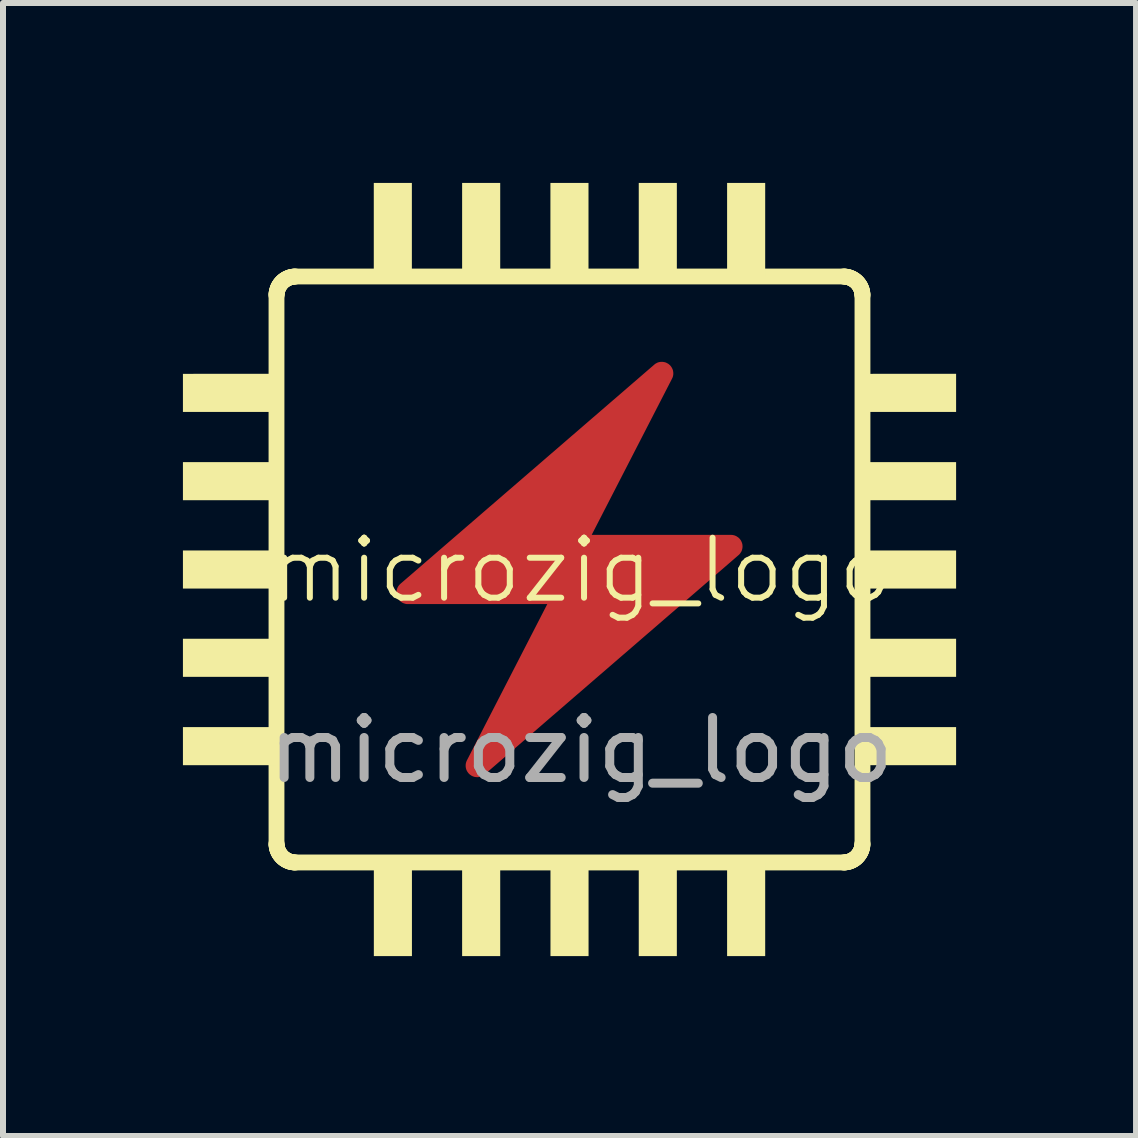
<source format=kicad_pcb>
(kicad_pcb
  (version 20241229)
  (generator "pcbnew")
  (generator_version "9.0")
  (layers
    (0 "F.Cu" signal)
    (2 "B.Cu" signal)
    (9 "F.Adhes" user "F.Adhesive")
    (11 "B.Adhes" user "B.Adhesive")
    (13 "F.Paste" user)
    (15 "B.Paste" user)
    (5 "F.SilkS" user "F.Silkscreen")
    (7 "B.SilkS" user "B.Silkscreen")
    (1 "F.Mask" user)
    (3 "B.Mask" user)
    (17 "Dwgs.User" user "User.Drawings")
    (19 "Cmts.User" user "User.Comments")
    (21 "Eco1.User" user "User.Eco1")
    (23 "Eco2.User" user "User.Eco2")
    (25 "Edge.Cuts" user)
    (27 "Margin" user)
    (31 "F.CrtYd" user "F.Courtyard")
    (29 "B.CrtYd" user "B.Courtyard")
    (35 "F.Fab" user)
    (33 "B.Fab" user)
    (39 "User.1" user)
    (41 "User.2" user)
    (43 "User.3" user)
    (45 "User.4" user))
  (footprint "microzig_logo"
    (layer "F.Cu")
    (at 6.64 6.958)
    (property "Reference" "microzig_logo" (at 0 -0.5 0) (unlocked yes) (layer "F.SilkS") (effects (font (size 1 1) (thickness 0.1))))
    (attr smd)
    (fp_poly (pts (xy 1.356 -3.975) (xy 1.372 -3.973) (xy 1.388 -3.97) (xy 1.396 -3.968) (xy 1.404 -3.966) (xy 1.412 -3.963) (xy 1.419 -3.96) (xy 1.427 -3.956) (xy 1.434 -3.952) (xy 1.442 -3.948) (xy 1.449 -3.944) (xy 1.456 -3.939) (xy 1.463 -3.934) (xy 1.469 -3.928) (xy 1.476 -3.923) (xy 1.482 -3.917) (xy 1.487 -3.911) (xy 1.498 -3.898) (xy 1.507 -3.884) (xy 1.515 -3.87) (xy 1.522 -3.855) (xy 1.528 -3.839) (xy 1.532 -3.824) (xy 1.534 -3.808) (xy 1.536 -3.791) (xy 1.536 -3.775) (xy 1.535 -3.759) (xy 1.532 -3.742) (xy 1.528 -3.726) (xy 1.525 -3.718) (xy 1.522 -3.71) (xy 1.518 -3.702) (xy 1.515 -3.695) (xy 0.175 -1.09) (xy 2.498 -1.09) (xy 2.505 -1.09) (xy 2.513 -1.089) (xy 2.52 -1.089) (xy 2.527 -1.088) (xy 2.535 -1.086) (xy 2.542 -1.085) (xy 2.549 -1.083) (xy 2.556 -1.081) (xy 2.563 -1.079) (xy 2.569 -1.076) (xy 2.576 -1.073) (xy 2.583 -1.07) (xy 2.589 -1.067) (xy 2.595 -1.063) (xy 2.601 -1.059) (xy 2.607 -1.055) (xy 2.613 -1.051) (xy 2.619 -1.047) (xy 2.625 -1.042) (xy 2.63 -1.037) (xy 2.635 -1.032) (xy 2.64 -1.027) (xy 2.645 -1.022) (xy 2.649 -1.016) (xy 2.654 -1.01) (xy 2.658 -1.004) (xy 2.662 -0.998) (xy 2.666 -0.992) (xy 2.669 -0.985) (xy 2.672 -0.978) (xy 2.675 -0.972) (xy 2.678 -0.965) (xy 2.678 -0.965) (xy 2.68 -0.958) (xy 2.683 -0.95) (xy 2.685 -0.943) (xy 2.686 -0.936) (xy 2.688 -0.929) (xy 2.689 -0.921) (xy 2.689 -0.914) (xy 2.69 -0.907) (xy 2.69 -0.892) (xy 2.689 -0.878) (xy 2.687 -0.864) (xy 2.684 -0.85) (xy 2.68 -0.836) (xy 2.675 -0.822) (xy 2.669 -0.809) (xy 2.661 -0.797) (xy 2.657 -0.791) (xy 2.653 -0.785) (xy 2.649 -0.779) (xy 2.644 -0.773) (xy 2.639 -0.767) (xy 2.634 -0.762) (xy 2.629 -0.757) (xy 2.623 -0.752) (xy -1.608 2.903) (xy -1.615 2.908) (xy -1.622 2.914) (xy -1.629 2.918) (xy -1.636 2.923) (xy -1.643 2.927) (xy -1.651 2.931) (xy -1.658 2.934) (xy -1.666 2.937) (xy -1.674 2.94) (xy -1.681 2.943) (xy -1.697 2.946) (xy -1.713 2.949) (xy -1.73 2.95) (xy -1.746 2.949) (xy -1.762 2.948) (xy -1.778 2.945) (xy -1.786 2.943) (xy -1.794 2.94) (xy -1.802 2.937) (xy -1.81 2.934) (xy -1.817 2.931) (xy -1.825 2.927) (xy -1.832 2.923) (xy -1.839 2.918) (xy -1.846 2.913) (xy -1.853 2.908) (xy -1.86 2.903) (xy -1.866 2.897) (xy -1.872 2.891) (xy -1.878 2.885) (xy -1.883 2.879) (xy -1.888 2.872) (xy -1.898 2.858) (xy -1.906 2.844) (xy -1.913 2.829) (xy -1.918 2.814) (xy -1.922 2.798) (xy -1.925 2.782) (xy -1.926 2.766) (xy -1.926 2.749) (xy -1.925 2.733) (xy -1.922 2.717) (xy -1.92 2.709) (xy -1.918 2.701) (xy -1.915 2.693) (xy -1.912 2.685) (xy -1.909 2.677) (xy -1.905 2.669) (xy -0.565 0.064) (xy -2.888 0.064) (xy -2.896 0.064) (xy -2.903 0.064) (xy -2.91 0.063) (xy -2.918 0.062) (xy -2.925 0.061) (xy -2.932 0.059) (xy -2.939 0.057) (xy -2.946 0.055) (xy -2.953 0.053) (xy -2.96 0.05) (xy -2.967 0.048) (xy -2.973 0.045) (xy -2.98 0.041) (xy -2.986 0.038) (xy -2.992 0.034) (xy -2.998 0.03) (xy -3.004 0.026) (xy -3.009 0.021) (xy -3.015 0.017) (xy -3.02 0.012) (xy -3.025 0.007) (xy -3.03 0.001) (xy -3.035 -0.004) (xy -3.04 -0.01) (xy -3.044 -0.015) (xy -3.048 -0.021) (xy -3.052 -0.028) (xy -3.056 -0.034) (xy -3.059 -0.04) (xy -3.063 -0.047) (xy -3.066 -0.054) (xy -3.068 -0.061) (xy -3.071 -0.068) (xy -3.073 -0.075) (xy -3.075 -0.082) (xy -3.077 -0.09) (xy -3.078 -0.097) (xy -3.079 -0.104) (xy -3.08 -0.111) (xy -3.08 -0.119) (xy -3.08 -0.133) (xy -3.08 -0.148) (xy -3.078 -0.162) (xy -3.074 -0.176) (xy -3.07 -0.19) (xy -3.065 -0.203) (xy -3.059 -0.216) (xy -3.052 -0.229) (xy -3.048 -0.235) (xy -3.044 -0.241) (xy -3.039 -0.247) (xy -3.035 -0.253) (xy -3.03 -0.258) (xy -3.025 -0.263) (xy -3.019 -0.269) (xy -3.014 -0.274) (xy 1.218 -3.928) (xy 1.225 -3.934) (xy 1.231 -3.939) (xy 1.238 -3.944) (xy 1.246 -3.948) (xy 1.253 -3.952) (xy 1.26 -3.956) (xy 1.268 -3.96) (xy 1.275 -3.963) (xy 1.283 -3.966) (xy 1.291 -3.968) (xy 1.307 -3.972) (xy 1.323 -3.974) (xy 1.339 -3.975)) (stroke (width 0) (type solid)) (fill yes) (layer "F.Cu"))
    (fp_poly (pts (xy 1.357 -4.035) (xy 1.373 -4.033) (xy 1.389 -4.031) (xy 1.405 -4.027) (xy 1.42 -4.023) (xy 1.435 -4.017) (xy 1.45 -4.011) (xy 1.464 -4.003) (xy 1.477 -3.995) (xy 1.49 -3.986) (xy 1.502 -3.977) (xy 1.514 -3.966) (xy 1.525 -3.955) (xy 1.535 -3.944) (xy 1.545 -3.932) (xy 1.554 -3.919) (xy 1.562 -3.906) (xy 1.569 -3.892) (xy 1.576 -3.878) (xy 1.582 -3.864) (xy 1.587 -3.849) (xy 1.591 -3.834) (xy 1.594 -3.819) (xy 1.596 -3.803) (xy 1.597 -3.787) (xy 1.597 -3.771) (xy 1.596 -3.755) (xy 1.593 -3.739) (xy 1.59 -3.723) (xy 1.586 -3.707) (xy 1.58 -3.691) (xy 0.276 -1.151) (xy 2.062 -1.151) (xy 2.127 -1.149) (xy 2.192 -1.149) (xy 2.322 -1.152) (xy 2.387 -1.153) (xy 2.419 -1.152) (xy 2.452 -1.151) (xy 2.484 -1.148) (xy 2.516 -1.145) (xy 2.548 -1.141) (xy 2.58 -1.135) (xy 2.595 -1.13) (xy 2.61 -1.123) (xy 2.624 -1.116) (xy 2.638 -1.108) (xy 2.65 -1.098) (xy 2.662 -1.088) (xy 2.674 -1.077) (xy 2.684 -1.066) (xy 2.694 -1.054) (xy 2.703 -1.041) (xy 2.711 -1.028) (xy 2.719 -1.014) (xy 2.726 -1) (xy 2.732 -0.985) (xy 2.737 -0.971) (xy 2.741 -0.955) (xy 2.744 -0.94) (xy 2.747 -0.925) (xy 2.748 -0.909) (xy 2.749 -0.893) (xy 2.749 -0.878) (xy 2.748 -0.862) (xy 2.745 -0.847) (xy 2.742 -0.831) (xy 2.738 -0.816) (xy 2.733 -0.802) (xy 2.727 -0.787) (xy 2.72 -0.773) (xy 2.712 -0.759) (xy 2.703 -0.746) (xy 2.693 -0.734) (xy 2.682 -0.722) (xy -1.362 2.773) (xy -1.384 2.79) (xy -1.406 2.809) (xy -1.428 2.829) (xy -1.45 2.849) (xy -1.494 2.89) (xy -1.516 2.91) (xy -1.539 2.929) (xy -1.562 2.947) (xy -1.585 2.964) (xy -1.61 2.978) (xy -1.623 2.985) (xy -1.635 2.991) (xy -1.648 2.997) (xy -1.662 3.002) (xy -1.675 3.006) (xy -1.689 3.009) (xy -1.704 3.012) (xy -1.718 3.013) (xy -1.733 3.014) (xy -1.748 3.014) (xy -1.765 3.014) (xy -1.781 3.012) (xy -1.796 3.009) (xy -1.811 3.005) (xy -1.826 3) (xy -1.84 2.994) (xy -1.854 2.987) (xy -1.868 2.979) (xy -1.881 2.971) (xy -1.893 2.961) (xy -1.905 2.951) (xy -1.916 2.941) (xy -1.926 2.929) (xy -1.936 2.917) (xy -1.945 2.905) (xy -1.954 2.892) (xy -1.962 2.878) (xy -1.968 2.864) (xy -1.975 2.85) (xy -1.98 2.835) (xy -1.984 2.821) (xy -1.988 2.805) (xy -1.991 2.79) (xy -1.992 2.775) (xy -1.993 2.759) (xy -1.993 2.744) (xy -1.992 2.728) (xy -1.989 2.713) (xy -1.986 2.698) (xy -1.981 2.682) (xy -1.976 2.667) (xy -1.969 2.653) (xy -0.673 0.131) (xy -2.544 0.131) (xy -2.572 0.129) (xy -2.6 0.129) (xy -2.657 0.129) (xy -2.771 0.133) (xy -2.8 0.133) (xy -2.828 0.133) (xy -2.856 0.131) (xy -2.884 0.129) (xy -2.912 0.126) (xy -2.94 0.121) (xy -2.967 0.115) (xy -2.994 0.107) (xy -3.009 0.101) (xy -3.023 0.093) (xy -3.037 0.085) (xy -3.05 0.076) (xy -3.062 0.066) (xy -3.073 0.055) (xy -3.083 0.043) (xy -3.093 0.031) (xy -3.102 0.018) (xy -3.11 0.005) (xy -3.117 -0.009) (xy -3.124 -0.023) (xy -3.129 -0.037) (xy -3.134 -0.052) (xy -3.138 -0.067) (xy -3.141 -0.083) (xy -3.143 -0.098) (xy -3.145 -0.114) (xy -3.145 -0.129) (xy -3.145 -0.145) (xy -3.143 -0.16) (xy -3.141 -0.176) (xy -3.138 -0.191) (xy -3.134 -0.206) (xy -3.129 -0.221) (xy -3.123 -0.235) (xy -3.116 -0.249) (xy -3.108 -0.263) (xy -3.099 -0.276) (xy -3.089 -0.288) (xy -3.078 -0.3) (xy -3.066 -0.311) (xy 0.946 -3.778) (xy 0.969 -3.795) (xy 0.991 -3.813) (xy 1.013 -3.833) (xy 1.034 -3.852) (xy 1.077 -3.893) (xy 1.099 -3.913) (xy 1.121 -3.932) (xy 1.143 -3.951) (xy 1.166 -3.968) (xy 1.19 -3.985) (xy 1.214 -3.999) (xy 1.227 -4.006) (xy 1.24 -4.012) (xy 1.253 -4.017) (xy 1.266 -4.022) (xy 1.28 -4.026) (xy 1.294 -4.03) (xy 1.309 -4.033) (xy 1.323 -4.035) (xy 1.323 -4.035) (xy 1.34 -4.036)) (stroke (width 0) (type solid)) (fill yes) (layer "F.Mask"))
    (fp_line (start -5.08 -5.08) (end -5.08 4.055) (stroke (width 0.264) (type solid)) (layer "F.SilkS"))
    (fp_line (start -5.08 4.055) (end -5.08 4.071) (stroke (width 0.264) (type solid)) (layer "F.SilkS"))
    (fp_line (start -5.08 -5.096) (end -5.08 -5.08) (stroke (width 0.264) (type solid)) (layer "F.SilkS"))
    (fp_line (start -5.08 4.071) (end -5.078 4.087) (stroke (width 0.264) (type solid)) (layer "F.SilkS"))
    (fp_line (start -5.078 -5.111) (end -5.08 -5.096) (stroke (width 0.264) (type solid)) (layer "F.SilkS"))
    (fp_line (start -5.078 4.087) (end -5.076 4.103) (stroke (width 0.264) (type solid)) (layer "F.SilkS"))
    (fp_line (start -5.077 -5.127) (end -5.078 -5.111) (stroke (width 0.264) (type solid)) (layer "F.SilkS"))
    (fp_line (start -5.076 4.103) (end -5.074 4.119) (stroke (width 0.264) (type solid)) (layer "F.SilkS"))
    (fp_line (start -5.074 -5.142) (end -5.077 -5.127) (stroke (width 0.264) (type solid)) (layer "F.SilkS"))
    (fp_line (start -5.074 4.119) (end -5.07 4.134) (stroke (width 0.264) (type solid)) (layer "F.SilkS"))
    (fp_line (start -5.07 -5.157) (end -5.074 -5.142) (stroke (width 0.264) (type solid)) (layer "F.SilkS"))
    (fp_line (start -5.07 4.134) (end -5.066 4.149) (stroke (width 0.264) (type solid)) (layer "F.SilkS"))
    (fp_line (start -5.066 -5.172) (end -5.07 -5.157) (stroke (width 0.264) (type solid)) (layer "F.SilkS"))
    (fp_line (start -5.066 4.149) (end -5.061 4.164) (stroke (width 0.264) (type solid)) (layer "F.SilkS"))
    (fp_line (start -5.061 -5.187) (end -5.066 -5.172) (stroke (width 0.264) (type solid)) (layer "F.SilkS"))
    (fp_line (start -5.061 4.164) (end -5.055 4.178) (stroke (width 0.264) (type solid)) (layer "F.SilkS"))
    (fp_line (start -5.056 -5.202) (end -5.061 -5.187) (stroke (width 0.264) (type solid)) (layer "F.SilkS"))
    (fp_line (start -5.055 4.178) (end -5.049 4.192) (stroke (width 0.264) (type solid)) (layer "F.SilkS"))
    (fp_line (start -5.05 -5.216) (end -5.056 -5.202) (stroke (width 0.264) (type solid)) (layer "F.SilkS"))
    (fp_line (start -5.049 4.192) (end -5.042 4.206) (stroke (width 0.264) (type solid)) (layer "F.SilkS"))
    (fp_line (start -5.043 -5.23) (end -5.05 -5.216) (stroke (width 0.264) (type solid)) (layer "F.SilkS"))
    (fp_line (start -5.042 4.206) (end -5.034 4.219) (stroke (width 0.264) (type solid)) (layer "F.SilkS"))
    (fp_line (start -5.035 -5.243) (end -5.043 -5.23) (stroke (width 0.264) (type solid)) (layer "F.SilkS"))
    (fp_line (start -5.034 4.219) (end -5.026 4.232) (stroke (width 0.264) (type solid)) (layer "F.SilkS"))
    (fp_line (start -5.027 -5.256) (end -5.035 -5.243) (stroke (width 0.264) (type solid)) (layer "F.SilkS"))
    (fp_line (start -5.026 4.232) (end -5.017 4.244) (stroke (width 0.264) (type solid)) (layer "F.SilkS"))
    (fp_line (start -5.018 -5.269) (end -5.027 -5.256) (stroke (width 0.264) (type solid)) (layer "F.SilkS"))
    (fp_line (start -5.017 4.244) (end -5.007 4.256) (stroke (width 0.264) (type solid)) (layer "F.SilkS"))
    (fp_line (start -5.008 -5.281) (end -5.018 -5.269) (stroke (width 0.264) (type solid)) (layer "F.SilkS"))
    (fp_line (start -5.007 4.256) (end -4.998 4.268) (stroke (width 0.264) (type solid)) (layer "F.SilkS"))
    (fp_line (start -4.998 -5.293) (end -5.008 -5.281) (stroke (width 0.264) (type solid)) (layer "F.SilkS"))
    (fp_line (start -4.998 4.268) (end -4.987 4.279) (stroke (width 0.264) (type solid)) (layer "F.SilkS"))
    (fp_line (start -4.987 4.279) (end -4.976 4.29) (stroke (width 0.264) (type solid)) (layer "F.SilkS"))
    (fp_line (start -4.987 -5.305) (end -4.998 -5.293) (stroke (width 0.264) (type solid)) (layer "F.SilkS"))
    (fp_line (start -4.976 4.29) (end -4.964 4.3) (stroke (width 0.264) (type solid)) (layer "F.SilkS"))
    (fp_line (start -4.976 -5.315) (end -4.987 -5.305) (stroke (width 0.264) (type solid)) (layer "F.SilkS"))
    (fp_line (start -4.964 4.3) (end -4.952 4.309) (stroke (width 0.264) (type solid)) (layer "F.SilkS"))
    (fp_line (start -4.964 -5.326) (end -4.976 -5.315) (stroke (width 0.264) (type solid)) (layer "F.SilkS"))
    (fp_line (start -4.952 4.309) (end -4.94 4.318) (stroke (width 0.264) (type solid)) (layer "F.SilkS"))
    (fp_line (start -4.951 -5.335) (end -4.964 -5.326) (stroke (width 0.264) (type solid)) (layer "F.SilkS"))
    (fp_line (start -4.94 4.318) (end -4.927 4.326) (stroke (width 0.264) (type solid)) (layer "F.SilkS"))
    (fp_line (start -4.939 -5.344) (end -4.951 -5.335) (stroke (width 0.264) (type solid)) (layer "F.SilkS"))
    (fp_line (start -4.927 4.326) (end -4.914 4.334) (stroke (width 0.264) (type solid)) (layer "F.SilkS"))
    (fp_line (start -4.925 -5.353) (end -4.939 -5.344) (stroke (width 0.264) (type solid)) (layer "F.SilkS"))
    (fp_line (start -4.914 4.334) (end -4.9 4.341) (stroke (width 0.264) (type solid)) (layer "F.SilkS"))
    (fp_line (start -4.912 -5.36) (end -4.925 -5.353) (stroke (width 0.264) (type solid)) (layer "F.SilkS"))
    (fp_line (start -4.9 4.341) (end -4.886 4.347) (stroke (width 0.264) (type solid)) (layer "F.SilkS"))
    (fp_line (start -4.898 -5.367) (end -4.912 -5.36) (stroke (width 0.264) (type solid)) (layer "F.SilkS"))
    (fp_line (start -4.886 4.347) (end -4.872 4.353) (stroke (width 0.264) (type solid)) (layer "F.SilkS"))
    (fp_line (start -4.884 -5.373) (end -4.898 -5.367) (stroke (width 0.264) (type solid)) (layer "F.SilkS"))
    (fp_line (start -4.872 4.353) (end -4.857 4.358) (stroke (width 0.264) (type solid)) (layer "F.SilkS"))
    (fp_line (start -4.869 -5.379) (end -4.884 -5.373) (stroke (width 0.264) (type solid)) (layer "F.SilkS"))
    (fp_line (start -4.857 4.358) (end -4.842 4.362) (stroke (width 0.264) (type solid)) (layer "F.SilkS"))
    (fp_line (start -4.855 -5.384) (end -4.869 -5.379) (stroke (width 0.264) (type solid)) (layer "F.SilkS"))
    (fp_line (start -4.842 4.362) (end -4.826 4.366) (stroke (width 0.264) (type solid)) (layer "F.SilkS"))
    (fp_line (start -4.84 -5.388) (end -4.855 -5.384) (stroke (width 0.264) (type solid)) (layer "F.SilkS"))
    (fp_line (start -4.826 4.366) (end -4.811 4.368) (stroke (width 0.264) (type solid)) (layer "F.SilkS"))
    (fp_line (start -4.825 -5.391) (end -4.84 -5.388) (stroke (width 0.264) (type solid)) (layer "F.SilkS"))
    (fp_line (start -4.811 4.368) (end -4.795 4.37) (stroke (width 0.264) (type solid)) (layer "F.SilkS"))
    (fp_line (start -4.809 -5.394) (end -4.825 -5.391) (stroke (width 0.264) (type solid)) (layer "F.SilkS"))
    (fp_line (start -4.795 4.37) (end -4.779 4.372) (stroke (width 0.264) (type solid)) (layer "F.SilkS"))
    (fp_line (start -4.794 -5.396) (end -4.809 -5.394) (stroke (width 0.264) (type solid)) (layer "F.SilkS"))
    (fp_line (start -4.779 4.372) (end -4.762 4.372) (stroke (width 0.264) (type solid)) (layer "F.SilkS"))
    (fp_line (start -4.778 -5.397) (end -4.794 -5.396) (stroke (width 0.264) (type solid)) (layer "F.SilkS"))
    (fp_line (start -4.762 4.372) (end 4.372 4.372) (stroke (width 0.264) (type solid)) (layer "F.SilkS"))
    (fp_line (start -4.762 -5.398) (end -4.778 -5.397) (stroke (width 0.264) (type solid)) (layer "F.SilkS"))
    (fp_line (start 4.372 -5.398) (end -4.762 -5.398) (stroke (width 0.264) (type solid)) (layer "F.SilkS"))
    (fp_line (start 4.372 4.372) (end 4.388 4.372) (stroke (width 0.264) (type solid)) (layer "F.SilkS"))
    (fp_line (start 4.388 -5.397) (end 4.372 -5.398) (stroke (width 0.264) (type solid)) (layer "F.SilkS"))
    (fp_line (start 4.388 4.372) (end 4.405 4.37) (stroke (width 0.264) (type solid)) (layer "F.SilkS"))
    (fp_line (start 4.403 -5.396) (end 4.388 -5.397) (stroke (width 0.264) (type solid)) (layer "F.SilkS"))
    (fp_line (start 4.405 4.37) (end 4.42 4.368) (stroke (width 0.264) (type solid)) (layer "F.SilkS"))
    (fp_line (start 4.419 -5.394) (end 4.403 -5.396) (stroke (width 0.264) (type solid)) (layer "F.SilkS"))
    (fp_line (start 4.42 4.368) (end 4.436 4.366) (stroke (width 0.264) (type solid)) (layer "F.SilkS"))
    (fp_line (start 4.434 -5.391) (end 4.419 -5.394) (stroke (width 0.264) (type solid)) (layer "F.SilkS"))
    (fp_line (start 4.436 4.366) (end 4.451 4.362) (stroke (width 0.264) (type solid)) (layer "F.SilkS"))
    (fp_line (start 4.449 -5.388) (end 4.434 -5.391) (stroke (width 0.264) (type solid)) (layer "F.SilkS"))
    (fp_line (start 4.451 4.362) (end 4.466 4.358) (stroke (width 0.264) (type solid)) (layer "F.SilkS"))
    (fp_line (start 4.464 -5.384) (end 4.449 -5.388) (stroke (width 0.264) (type solid)) (layer "F.SilkS"))
    (fp_line (start 4.466 4.358) (end 4.481 4.353) (stroke (width 0.264) (type solid)) (layer "F.SilkS"))
    (fp_line (start 4.479 -5.379) (end 4.464 -5.384) (stroke (width 0.264) (type solid)) (layer "F.SilkS"))
    (fp_line (start 4.481 4.353) (end 4.496 4.347) (stroke (width 0.264) (type solid)) (layer "F.SilkS"))
    (fp_line (start 4.494 -5.373) (end 4.479 -5.379) (stroke (width 0.264) (type solid)) (layer "F.SilkS"))
    (fp_line (start 4.496 4.347) (end 4.51 4.341) (stroke (width 0.264) (type solid)) (layer "F.SilkS"))
    (fp_line (start 4.508 -5.367) (end 4.494 -5.373) (stroke (width 0.264) (type solid)) (layer "F.SilkS"))
    (fp_line (start 4.51 4.341) (end 4.523 4.334) (stroke (width 0.264) (type solid)) (layer "F.SilkS"))
    (fp_line (start 4.522 -5.36) (end 4.508 -5.367) (stroke (width 0.264) (type solid)) (layer "F.SilkS"))
    (fp_line (start 4.523 4.334) (end 4.537 4.326) (stroke (width 0.264) (type solid)) (layer "F.SilkS"))
    (fp_line (start 4.535 -5.352) (end 4.522 -5.36) (stroke (width 0.264) (type solid)) (layer "F.SilkS"))
    (fp_line (start 4.537 4.326) (end 4.55 4.318) (stroke (width 0.264) (type solid)) (layer "F.SilkS"))
    (fp_line (start 4.548 -5.344) (end 4.535 -5.352) (stroke (width 0.264) (type solid)) (layer "F.SilkS"))
    (fp_line (start 4.55 4.318) (end 4.562 4.309) (stroke (width 0.264) (type solid)) (layer "F.SilkS"))
    (fp_line (start 4.561 -5.335) (end 4.548 -5.344) (stroke (width 0.264) (type solid)) (layer "F.SilkS"))
    (fp_line (start 4.562 4.309) (end 4.574 4.3) (stroke (width 0.264) (type solid)) (layer "F.SilkS"))
    (fp_line (start 4.573 -5.326) (end 4.561 -5.335) (stroke (width 0.264) (type solid)) (layer "F.SilkS"))
    (fp_line (start 4.574 4.3) (end 4.586 4.29) (stroke (width 0.264) (type solid)) (layer "F.SilkS"))
    (fp_line (start 4.585 -5.315) (end 4.573 -5.326) (stroke (width 0.264) (type solid)) (layer "F.SilkS"))
    (fp_line (start 4.586 4.29) (end 4.597 4.279) (stroke (width 0.264) (type solid)) (layer "F.SilkS"))
    (fp_line (start 4.597 -5.305) (end 4.585 -5.315) (stroke (width 0.264) (type solid)) (layer "F.SilkS"))
    (fp_line (start 4.597 4.279) (end 4.607 4.268) (stroke (width 0.264) (type solid)) (layer "F.SilkS"))
    (fp_line (start 4.607 4.268) (end 4.617 4.256) (stroke (width 0.264) (type solid)) (layer "F.SilkS"))
    (fp_line (start 4.607 -5.293) (end 4.597 -5.305) (stroke (width 0.264) (type solid)) (layer "F.SilkS"))
    (fp_line (start 4.617 4.256) (end 4.626 4.244) (stroke (width 0.264) (type solid)) (layer "F.SilkS"))
    (fp_line (start 4.618 -5.281) (end 4.607 -5.293) (stroke (width 0.264) (type solid)) (layer "F.SilkS"))
    (fp_line (start 4.626 4.244) (end 4.635 4.232) (stroke (width 0.264) (type solid)) (layer "F.SilkS"))
    (fp_line (start 4.627 -5.269) (end 4.618 -5.281) (stroke (width 0.264) (type solid)) (layer "F.SilkS"))
    (fp_line (start 4.635 4.232) (end 4.644 4.219) (stroke (width 0.264) (type solid)) (layer "F.SilkS"))
    (fp_line (start 4.636 -5.256) (end 4.627 -5.269) (stroke (width 0.264) (type solid)) (layer "F.SilkS"))
    (fp_line (start 4.644 4.219) (end 4.651 4.206) (stroke (width 0.264) (type solid)) (layer "F.SilkS"))
    (fp_line (start 4.645 -5.243) (end 4.636 -5.256) (stroke (width 0.264) (type solid)) (layer "F.SilkS"))
    (fp_line (start 4.651 4.206) (end 4.658 4.192) (stroke (width 0.264) (type solid)) (layer "F.SilkS"))
    (fp_line (start 4.652 -5.23) (end 4.645 -5.243) (stroke (width 0.264) (type solid)) (layer "F.SilkS"))
    (fp_line (start 4.658 4.192) (end 4.665 4.178) (stroke (width 0.264) (type solid)) (layer "F.SilkS"))
    (fp_line (start 4.659 -5.216) (end 4.652 -5.23) (stroke (width 0.264) (type solid)) (layer "F.SilkS"))
    (fp_line (start 4.665 4.178) (end 4.67 4.164) (stroke (width 0.264) (type solid)) (layer "F.SilkS"))
    (fp_line (start 4.665 -5.202) (end 4.659 -5.216) (stroke (width 0.264) (type solid)) (layer "F.SilkS"))
    (fp_line (start 4.67 4.164) (end 4.675 4.149) (stroke (width 0.264) (type solid)) (layer "F.SilkS"))
    (fp_line (start 4.671 -5.187) (end 4.665 -5.202) (stroke (width 0.264) (type solid)) (layer "F.SilkS"))
    (fp_line (start 4.675 4.149) (end 4.68 4.134) (stroke (width 0.264) (type solid)) (layer "F.SilkS"))
    (fp_line (start 4.676 -5.172) (end 4.671 -5.187) (stroke (width 0.264) (type solid)) (layer "F.SilkS"))
    (fp_line (start 4.68 4.134) (end 4.683 4.119) (stroke (width 0.264) (type solid)) (layer "F.SilkS"))
    (fp_line (start 4.68 -5.157) (end 4.676 -5.172) (stroke (width 0.264) (type solid)) (layer "F.SilkS"))
    (fp_line (start 4.683 4.119) (end 4.686 4.103) (stroke (width 0.264) (type solid)) (layer "F.SilkS"))
    (fp_line (start 4.683 -5.142) (end 4.68 -5.157) (stroke (width 0.264) (type solid)) (layer "F.SilkS"))
    (fp_line (start 4.686 4.103) (end 4.688 4.087) (stroke (width 0.264) (type solid)) (layer "F.SilkS"))
    (fp_line (start 4.686 -5.127) (end 4.683 -5.142) (stroke (width 0.264) (type solid)) (layer "F.SilkS"))
    (fp_line (start 4.688 4.087) (end 4.689 4.071) (stroke (width 0.264) (type solid)) (layer "F.SilkS"))
    (fp_line (start 4.688 -5.111) (end 4.686 -5.127) (stroke (width 0.264) (type solid)) (layer "F.SilkS"))
    (fp_line (start 4.689 4.071) (end 4.69 4.055) (stroke (width 0.264) (type solid)) (layer "F.SilkS"))
    (fp_line (start 4.689 -5.096) (end 4.688 -5.111) (stroke (width 0.264) (type solid)) (layer "F.SilkS"))
    (fp_line (start 4.69 4.055) (end 4.69 -5.08) (stroke (width 0.264) (type solid)) (layer "F.SilkS"))
    (fp_line (start 4.69 -5.08) (end 4.689 -5.096) (stroke (width 0.264) (type solid)) (layer "F.SilkS"))
    (fp_poly (pts (xy -5.08 -3.14) (xy -6.64 -3.14) (xy -6.64 -3.775) (xy -5.08 -3.776)) (stroke (width 0) (type solid)) (fill yes) (layer "F.SilkS"))
    (fp_poly (pts (xy -5.08 -1.668) (xy -6.64 -1.668) (xy -6.64 -2.303) (xy -5.08 -2.303)) (stroke (width 0) (type solid)) (fill yes) (layer "F.SilkS"))
    (fp_poly (pts (xy -5.08 -0.83) (xy -5.08 -0.195) (xy -6.64 -0.195) (xy -6.64 -0.83)) (stroke (width 0) (type solid)) (fill yes) (layer "F.SilkS"))
    (fp_poly (pts (xy -5.08 1.277) (xy -6.64 1.277) (xy -6.64 0.642) (xy -5.08 0.642)) (stroke (width 0) (type solid)) (fill yes) (layer "F.SilkS"))
    (fp_poly (pts (xy -5.08 2.75) (xy -6.64 2.75) (xy -6.64 2.115) (xy -5.08 2.115)) (stroke (width 0) (type solid)) (fill yes) (layer "F.SilkS"))
    (fp_poly (pts (xy -2.823 -5.398) (xy -3.458 -5.398) (xy -3.458 -6.958) (xy -2.823 -6.958)) (stroke (width 0) (type solid)) (fill yes) (layer "F.SilkS"))
    (fp_poly (pts (xy -2.822 5.933) (xy -3.457 5.933) (xy -3.457 4.372) (xy -2.822 4.372)) (stroke (width 0) (type solid)) (fill yes) (layer "F.SilkS"))
    (fp_poly (pts (xy -1.35 -5.398) (xy -1.985 -5.398) (xy -1.985 -6.958) (xy -1.35 -6.958)) (stroke (width 0) (type solid)) (fill yes) (layer "F.SilkS"))
    (fp_poly (pts (xy -1.35 5.933) (xy -1.985 5.933) (xy -1.985 4.372) (xy -1.35 4.372)) (stroke (width 0) (type solid)) (fill yes) (layer "F.SilkS"))
    (fp_poly (pts (xy 0.122 -5.398) (xy -0.513 -5.398) (xy -0.513 -6.958) (xy 0.122 -6.958)) (stroke (width 0) (type solid)) (fill yes) (layer "F.SilkS"))
    (fp_poly (pts (xy 0.123 5.933) (xy -0.512 5.933) (xy -0.512 4.372) (xy 0.123 4.372)) (stroke (width 0) (type solid)) (fill yes) (layer "F.SilkS"))
    (fp_poly (pts (xy 1.595 -5.398) (xy 0.96 -5.398) (xy 0.96 -6.958) (xy 1.595 -6.958)) (stroke (width 0) (type solid)) (fill yes) (layer "F.SilkS"))
    (fp_poly (pts (xy 1.595 5.933) (xy 0.96 5.933) (xy 0.96 4.372) (xy 1.595 4.372)) (stroke (width 0) (type solid)) (fill yes) (layer "F.SilkS"))
    (fp_poly (pts (xy 3.068 -5.398) (xy 2.433 -5.398) (xy 2.433 -6.958) (xy 3.068 -6.958)) (stroke (width 0) (type solid)) (fill yes) (layer "F.SilkS"))
    (fp_poly (pts (xy 3.068 5.933) (xy 2.433 5.933) (xy 2.433 4.372) (xy 3.068 4.372)) (stroke (width 0) (type solid)) (fill yes) (layer "F.SilkS"))
    (fp_poly (pts (xy 6.251 -3.14) (xy 4.69 -3.14) (xy 4.69 -3.775) (xy 6.251 -3.776)) (stroke (width 0) (type solid)) (fill yes) (layer "F.SilkS"))
    (fp_poly (pts (xy 6.251 -1.668) (xy 4.69 -1.668) (xy 4.69 -2.303) (xy 6.251 -2.303)) (stroke (width 0) (type solid)) (fill yes) (layer "F.SilkS"))
    (fp_poly (pts (xy 6.251 -0.195) (xy 4.69 -0.195) (xy 4.69 -0.83) (xy 6.251 -0.83)) (stroke (width 0) (type solid)) (fill yes) (layer "F.SilkS"))
    (fp_poly (pts (xy 6.251 1.277) (xy 4.69 1.277) (xy 4.69 0.642) (xy 6.251 0.642)) (stroke (width 0) (type solid)) (fill yes) (layer "F.SilkS"))
    (fp_poly (pts (xy 6.251 2.75) (xy 4.69 2.75) (xy 4.69 2.115) (xy 6.251 2.115)) (stroke (width 0) (type solid)) (fill yes) (layer "F.SilkS"))
    (fp_text user "${REFERENCE}" (at 0 2.5 0) (unlocked yes) (layer "F.Fab") (effects (font (size 1 1) (thickness 0.15)))))
  (gr_rect
    (start -3 -3)
    (end 15.891 15.891)
    (stroke (width 0.1) (type default))
    (fill no)
    (layer "Edge.Cuts")))
</source>
